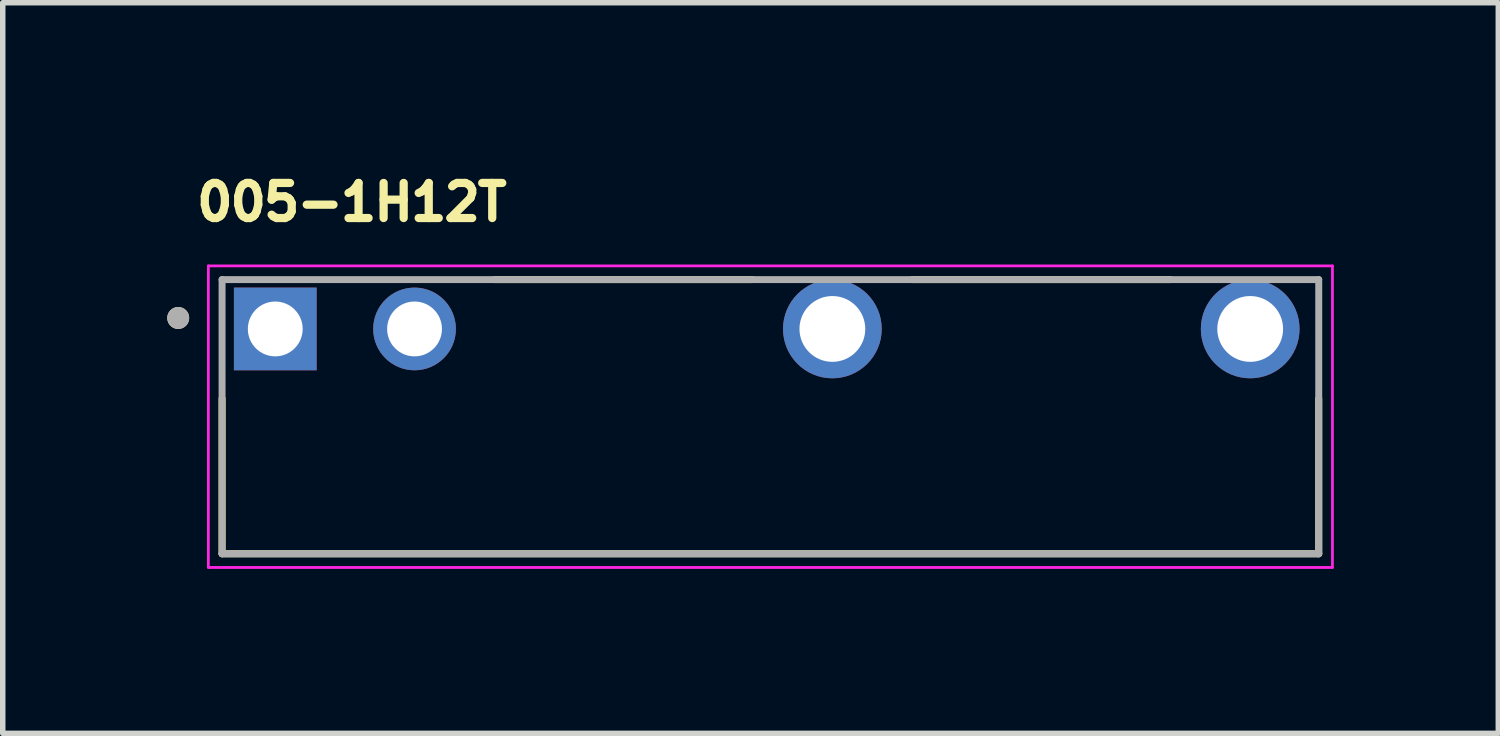
<source format=kicad_pcb>
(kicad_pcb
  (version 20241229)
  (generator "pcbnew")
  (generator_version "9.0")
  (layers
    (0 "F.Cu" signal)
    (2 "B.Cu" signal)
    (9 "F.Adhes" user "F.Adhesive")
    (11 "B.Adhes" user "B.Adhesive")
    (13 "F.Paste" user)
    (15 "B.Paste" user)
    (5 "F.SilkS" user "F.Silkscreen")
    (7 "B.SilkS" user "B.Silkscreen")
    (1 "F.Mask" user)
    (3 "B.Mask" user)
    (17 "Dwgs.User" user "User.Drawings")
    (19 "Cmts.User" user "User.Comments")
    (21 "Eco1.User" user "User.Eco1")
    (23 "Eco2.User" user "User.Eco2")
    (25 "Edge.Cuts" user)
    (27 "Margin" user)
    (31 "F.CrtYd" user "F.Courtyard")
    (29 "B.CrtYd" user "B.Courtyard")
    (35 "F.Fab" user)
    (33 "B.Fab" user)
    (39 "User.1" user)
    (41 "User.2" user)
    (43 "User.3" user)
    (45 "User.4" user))
  (footprint "005-1H12T"
    (layer "F.Cu")
    (at 11 4.549)
    (property "Reference" "005-1H12T" (at -7.633 -3.911 0) (layer "F.SilkS") (effects (font (size 0.64 0.64) (thickness 0.15))))
    (attr through_hole)
    (fp_line (start -10 -0.33) (end -10 2.5) (stroke (width 0.127) (type solid)) (layer "F.SilkS"))
    (fp_line (start -10 2.5) (end 10 2.5) (stroke (width 0.127) (type solid)) (layer "F.SilkS"))
    (fp_line (start -0.33 -2.5) (end -5.03 -2.5) (stroke (width 0.127) (type solid)) (layer "F.SilkS"))
    (fp_line (start 7.29 -2.5) (end 2.59 -2.5) (stroke (width 0.127) (type solid)) (layer "F.SilkS"))
    (fp_line (start 10 -0.33) (end 10 2.5) (stroke (width 0.127) (type solid)) (layer "F.SilkS"))
    (fp_circle (center -10.8 -1.8) (end -10.7 -1.8) (stroke (width 0.2) (type solid)) (fill no) (layer "F.SilkS"))
    (fp_line (start -10.25 -2.75) (end -10.25 2.75) (stroke (width 0.05) (type solid)) (layer "F.CrtYd"))
    (fp_line (start -10.25 2.75) (end 10.25 2.75) (stroke (width 0.05) (type solid)) (layer "F.CrtYd"))
    (fp_line (start 10.25 -2.75) (end -10.25 -2.75) (stroke (width 0.05) (type solid)) (layer "F.CrtYd"))
    (fp_line (start 10.25 2.75) (end 10.25 -2.75) (stroke (width 0.05) (type solid)) (layer "F.CrtYd"))
    (fp_line (start -10 -2.5) (end -10 2.5) (stroke (width 0.127) (type solid)) (layer "F.Fab"))
    (fp_line (start -10 2.5) (end 10 2.5) (stroke (width 0.127) (type solid)) (layer "F.Fab"))
    (fp_line (start 10 -2.5) (end -10 -2.5) (stroke (width 0.127) (type solid)) (layer "F.Fab"))
    (fp_line (start 10 2.5) (end 10 -2.5) (stroke (width 0.127) (type solid)) (layer "F.Fab"))
    (fp_circle (center -10.8 -1.8) (end -10.7 -1.8) (stroke (width 0.2) (type solid)) (fill no) (layer "F.Fab"))
    (pad "1" thru_hole rect (at -9.03 -1.6) (size 1.508 1.508) (drill 1) (layers "*.Cu" "*.Mask"))
    (pad "2" thru_hole circle (at -6.49 -1.6) (size 1.508 1.508) (drill 1) (layers "*.Cu" "*.Mask"))
    (pad "3" thru_hole circle (at 1.13 -1.6) (size 1.8 1.8) (drill 1.2) (layers "*.Cu" "*.Mask"))
    (pad "4" thru_hole circle (at 8.75 -1.6) (size 1.8 1.8) (drill 1.2) (layers "*.Cu" "*.Mask")))
  (gr_rect
    (start -3 -3)
    (end 24.275 10.324)
    (stroke (width 0.1) (type default))
    (fill no)
    (layer "Edge.Cuts")))
</source>
